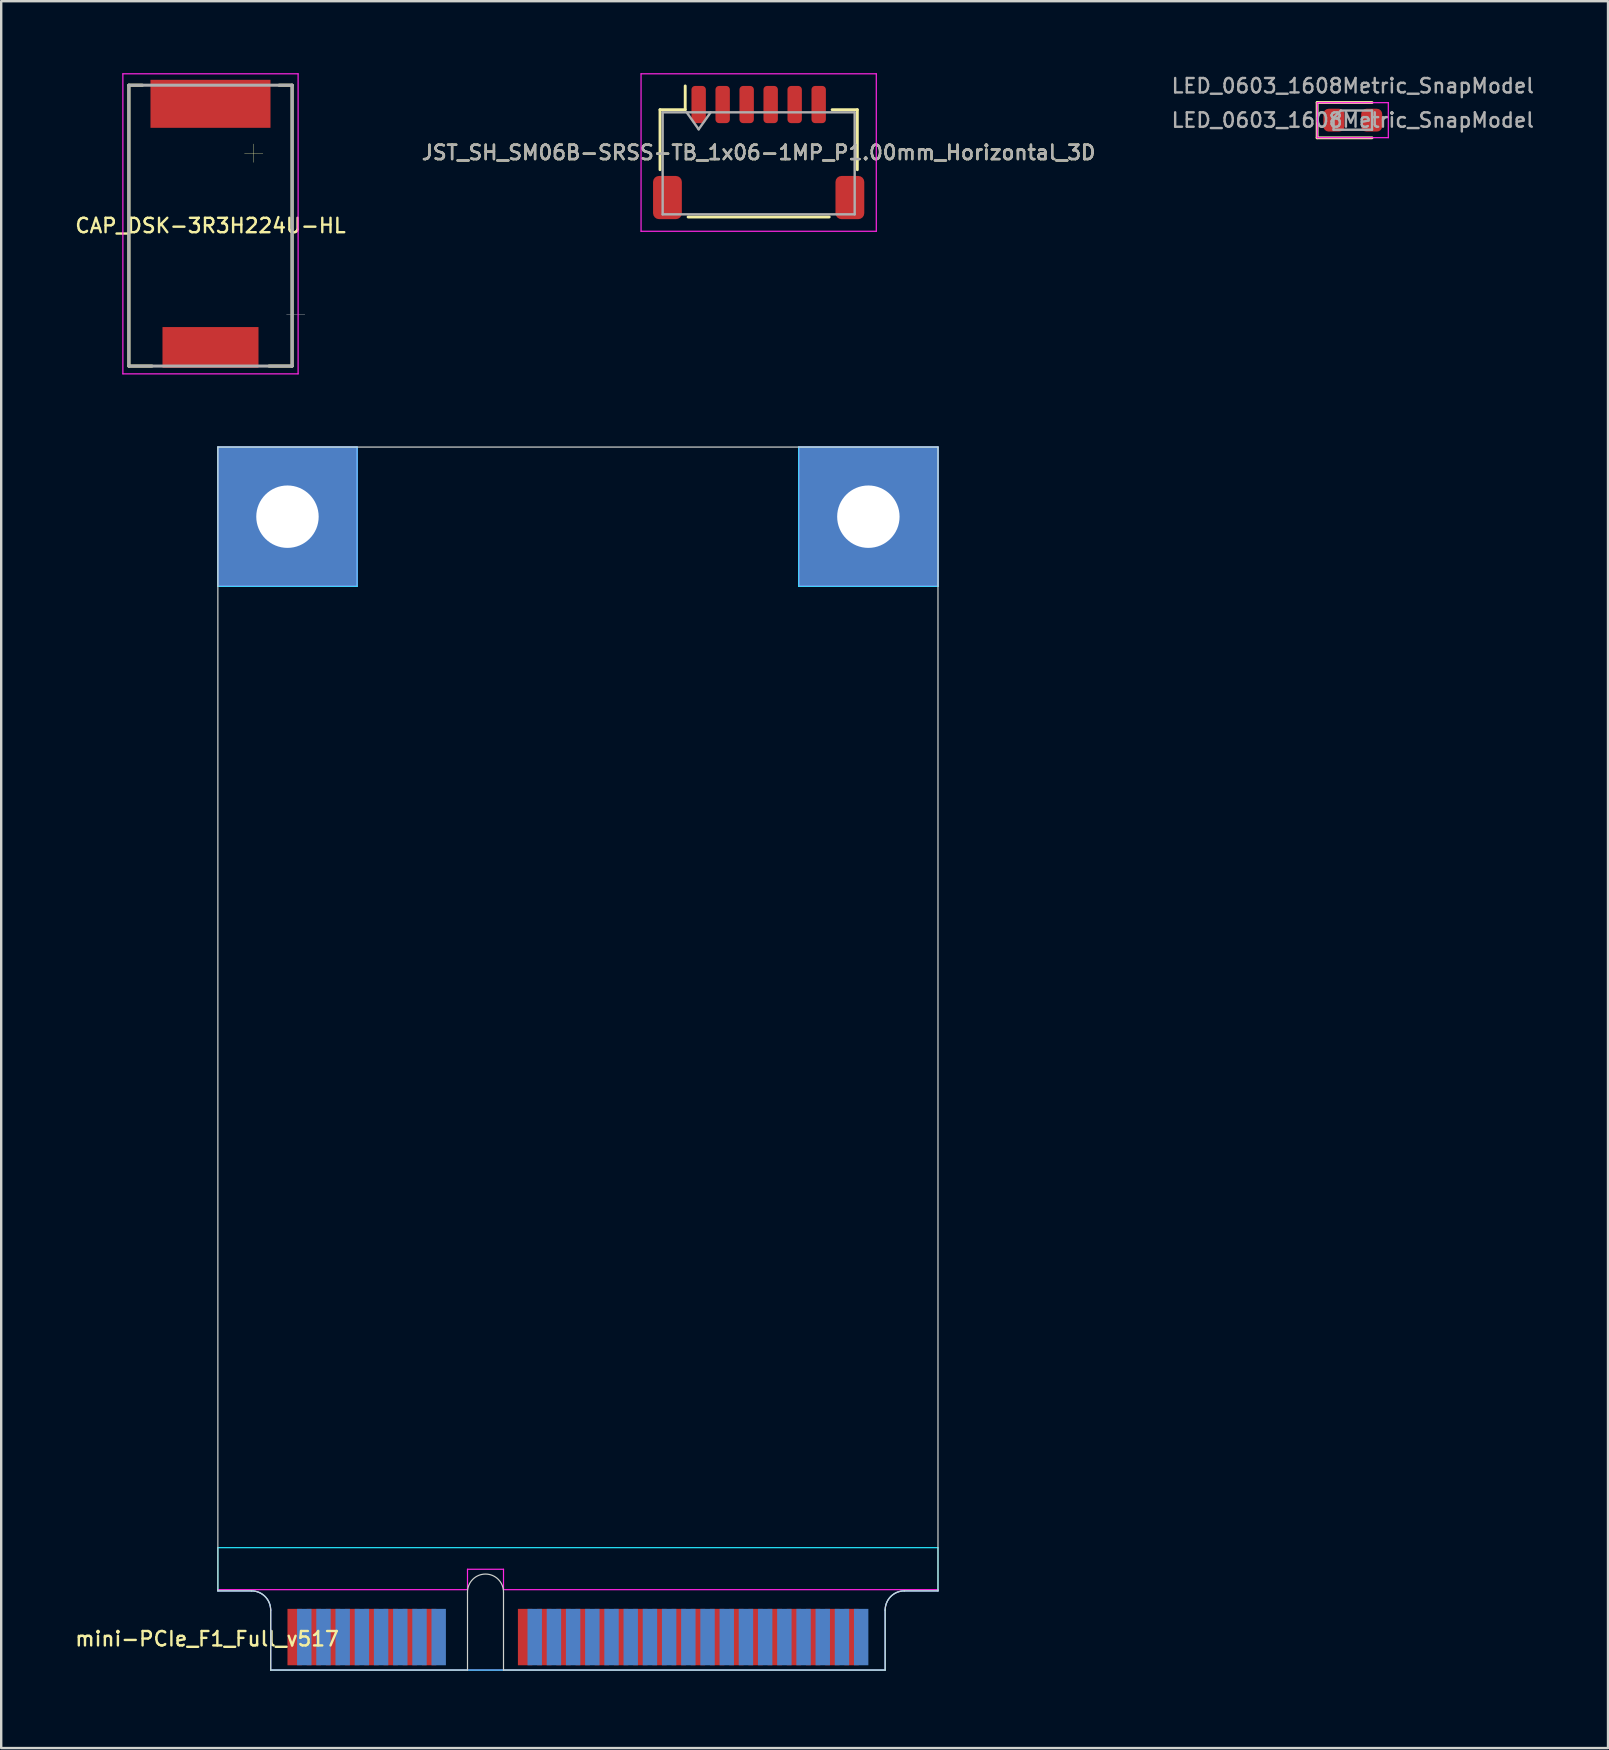
<source format=kicad_pcb>
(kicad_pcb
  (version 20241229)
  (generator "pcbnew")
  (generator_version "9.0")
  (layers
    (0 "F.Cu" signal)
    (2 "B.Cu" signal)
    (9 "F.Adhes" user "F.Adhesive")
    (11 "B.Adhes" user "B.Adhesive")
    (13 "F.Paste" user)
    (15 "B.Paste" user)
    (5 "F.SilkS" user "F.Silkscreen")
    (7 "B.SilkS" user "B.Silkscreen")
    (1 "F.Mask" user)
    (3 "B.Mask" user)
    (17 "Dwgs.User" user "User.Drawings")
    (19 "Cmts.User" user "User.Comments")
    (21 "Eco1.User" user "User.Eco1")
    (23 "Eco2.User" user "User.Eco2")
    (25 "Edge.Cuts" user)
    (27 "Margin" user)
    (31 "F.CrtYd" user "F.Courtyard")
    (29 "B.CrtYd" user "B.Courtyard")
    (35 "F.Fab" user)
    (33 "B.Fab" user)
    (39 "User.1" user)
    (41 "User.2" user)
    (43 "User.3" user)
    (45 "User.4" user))
  (footprint "mini-PCIe_F1_Full_v517"
    (layer "F.Cu")
    (at 17.176 66.525)
    (property "Reference" "mini-PCIe_F1_Full_v517" (at -11.6 -1.3 0) (layer "F.SilkS") (effects (font (size 0.6 0.6) (thickness 0.1))))
    (attr through_hole)
    (fp_line (start -11.15 -50.95) (end 18.85 -50.95) (stroke (width 0.05) (type solid)) (layer "Edge.Cuts"))
    (fp_line (start -11.15 -3.3) (end -11.15 -50.95) (stroke (width 0.05) (type solid)) (layer "Edge.Cuts"))
    (fp_line (start -11.15 -3.3) (end -9.75 -3.3) (stroke (width 0.05) (type solid)) (layer "Edge.Cuts"))
    (fp_line (start -8.95 0) (end -8.95 -2.5) (stroke (width 0.05) (type solid)) (layer "Edge.Cuts"))
    (fp_line (start -0.75 0) (end -8.95 0) (stroke (width 0.05) (type solid)) (layer "Edge.Cuts"))
    (fp_line (start -0.75 0) (end -0.75 -3.25) (stroke (width 0.05) (type solid)) (layer "Edge.Cuts"))
    (fp_line (start 0.75 0) (end 0.75 -3.25) (stroke (width 0.05) (type solid)) (layer "Edge.Cuts"))
    (fp_line (start 0.75 0) (end 16.65 0) (stroke (width 0.05) (type solid)) (layer "Edge.Cuts"))
    (fp_line (start 16.65 0) (end 16.65 -2.5) (stroke (width 0.05) (type solid)) (layer "Edge.Cuts"))
    (fp_line (start 17.45 -3.3) (end 18.85 -3.3) (stroke (width 0.05) (type solid)) (layer "Edge.Cuts"))
    (fp_line (start 18.85 -3.3) (end 18.85 -50.95) (stroke (width 0.05) (type solid)) (layer "Edge.Cuts"))
    (fp_arc (start -9.75 -3.3) (mid -9.184315 -3.065685) (end -8.95 -2.5) (stroke (width 0.05) (type solid)) (layer "Edge.Cuts"))
    (fp_arc (start -0.75 -3.25) (mid 0 -4) (end 0.75 -3.25) (stroke (width 0.05) (type solid)) (layer "Edge.Cuts"))
    (fp_arc (start 16.65 -2.5) (mid 16.884315 -3.065685) (end 17.45 -3.3) (stroke (width 0.05) (type solid)) (layer "Edge.Cuts"))
    (fp_line (start -11.15 -50.95) (end -5.35 -50.95) (stroke (width 0.05) (type solid)) (layer "B.CrtYd"))
    (fp_line (start -11.15 -45.15) (end -11.15 -50.95) (stroke (width 0.05) (type solid)) (layer "B.CrtYd"))
    (fp_line (start -11.15 -45.15) (end -5.35 -45.15) (stroke (width 0.05) (type solid)) (layer "B.CrtYd"))
    (fp_line (start -11.15 -5.1) (end -11.15 -3.3) (stroke (width 0.05) (type solid)) (layer "B.CrtYd"))
    (fp_line (start -11.15 -5.1) (end 18.85 -5.1) (stroke (width 0.05) (type solid)) (layer "B.CrtYd"))
    (fp_line (start -11.15 -3.3) (end -9.75 -3.3) (stroke (width 0.05) (type solid)) (layer "B.CrtYd"))
    (fp_line (start -8.95 0) (end -8.95 -2.5) (stroke (width 0.05) (type solid)) (layer "B.CrtYd"))
    (fp_line (start -5.35 -45.15) (end -5.35 -50.95) (stroke (width 0.05) (type solid)) (layer "B.CrtYd"))
    (fp_line (start 13.05 -50.95) (end 18.85 -50.95) (stroke (width 0.05) (type solid)) (layer "B.CrtYd"))
    (fp_line (start 13.05 -45.15) (end 13.05 -50.95) (stroke (width 0.05) (type solid)) (layer "B.CrtYd"))
    (fp_line (start 13.05 -45.15) (end 18.85 -45.15) (stroke (width 0.05) (type solid)) (layer "B.CrtYd"))
    (fp_line (start 16.65 0) (end -8.95 0) (stroke (width 0.05) (type solid)) (layer "B.CrtYd"))
    (fp_line (start 16.65 0) (end 16.65 -2.5) (stroke (width 0.05) (type solid)) (layer "B.CrtYd"))
    (fp_line (start 17.45 -3.3) (end 18.85 -3.3) (stroke (width 0.05) (type solid)) (layer "B.CrtYd"))
    (fp_line (start 18.85 -45.15) (end 18.85 -50.95) (stroke (width 0.05) (type solid)) (layer "B.CrtYd"))
    (fp_line (start 18.85 -5.1) (end 18.85 -3.3) (stroke (width 0.05) (type solid)) (layer "B.CrtYd"))
    (fp_arc (start -9.75 -3.3) (mid -9.184315 -3.065685) (end -8.95 -2.5) (stroke (width 0.05) (type solid)) (layer "B.CrtYd"))
    (fp_arc (start 16.65 -2.5) (mid 16.884315 -3.065685) (end 17.45 -3.3) (stroke (width 0.05) (type solid)) (layer "B.CrtYd"))
    (fp_line (start -11.15 -50.95) (end -5.35 -50.95) (stroke (width 0.05) (type solid)) (layer "F.CrtYd"))
    (fp_line (start -11.15 -45.15) (end -11.15 -50.95) (stroke (width 0.05) (type solid)) (layer "F.CrtYd"))
    (fp_line (start -11.15 -45.15) (end -5.35 -45.15) (stroke (width 0.05) (type solid)) (layer "F.CrtYd"))
    (fp_line (start -11.15 -3.35) (end -0.75 -3.35) (stroke (width 0.05) (type solid)) (layer "F.CrtYd"))
    (fp_line (start -11.15 -3.3) (end -11.15 -3.35) (stroke (width 0.05) (type solid)) (layer "F.CrtYd"))
    (fp_line (start -11.15 -3.3) (end -9.75 -3.3) (stroke (width 0.05) (type solid)) (layer "F.CrtYd"))
    (fp_line (start -8.95 0) (end -8.95 -2.5) (stroke (width 0.05) (type solid)) (layer "F.CrtYd"))
    (fp_line (start -5.35 -45.15) (end -5.35 -50.95) (stroke (width 0.05) (type solid)) (layer "F.CrtYd"))
    (fp_line (start -0.75 -4.2) (end 0.75 -4.2) (stroke (width 0.05) (type solid)) (layer "F.CrtYd"))
    (fp_line (start -0.75 -3.35) (end -0.75 -4.2) (stroke (width 0.05) (type solid)) (layer "F.CrtYd"))
    (fp_line (start 0.75 -3.35) (end 0.75 -4.2) (stroke (width 0.05) (type solid)) (layer "F.CrtYd"))
    (fp_line (start 0.75 -3.35) (end 18.85 -3.35) (stroke (width 0.05) (type solid)) (layer "F.CrtYd"))
    (fp_line (start 13.05 -50.95) (end 18.85 -50.95) (stroke (width 0.05) (type solid)) (layer "F.CrtYd"))
    (fp_line (start 13.05 -45.15) (end 13.05 -50.95) (stroke (width 0.05) (type solid)) (layer "F.CrtYd"))
    (fp_line (start 13.05 -45.15) (end 18.85 -45.15) (stroke (width 0.05) (type solid)) (layer "F.CrtYd"))
    (fp_line (start 16.65 0) (end -8.95 0) (stroke (width 0.05) (type solid)) (layer "F.CrtYd"))
    (fp_line (start 16.65 0) (end 16.65 -2.5) (stroke (width 0.05) (type solid)) (layer "F.CrtYd"))
    (fp_line (start 17.45 -3.3) (end 18.85 -3.3) (stroke (width 0.05) (type solid)) (layer "F.CrtYd"))
    (fp_line (start 18.85 -45.15) (end 18.85 -50.95) (stroke (width 0.05) (type solid)) (layer "F.CrtYd"))
    (fp_line (start 18.85 -3.3) (end 18.85 -3.35) (stroke (width 0.05) (type solid)) (layer "F.CrtYd"))
    (fp_arc (start -9.75 -3.3) (mid -9.184315 -3.065685) (end -8.95 -2.5) (stroke (width 0.05) (type solid)) (layer "F.CrtYd"))
    (fp_arc (start 16.65 -2.5) (mid 16.884315 -3.065685) (end 17.45 -3.3) (stroke (width 0.05) (type solid)) (layer "F.CrtYd"))
    (pad "1" smd rect (at -7.95 -1.375) (size 0.6 2.35) (layers "F.Cu" "F.Mask"))
    (pad "2" smd rect (at -7.55 -1.375) (size 0.6 2.35) (layers "B.Cu" "B.Mask"))
    (pad "3" smd rect (at -7.15 -1.375) (size 0.6 2.35) (layers "F.Cu" "F.Mask"))
    (pad "4" smd rect (at -6.75 -1.375) (size 0.6 2.35) (layers "B.Cu" "B.Mask"))
    (pad "5" smd rect (at -6.35 -1.375) (size 0.6 2.35) (layers "F.Cu" "F.Mask"))
    (pad "6" smd rect (at -5.95 -1.375) (size 0.6 2.35) (layers "B.Cu" "B.Mask"))
    (pad "7" smd rect (at -5.55 -1.375) (size 0.6 2.35) (layers "F.Cu" "F.Mask"))
    (pad "8" smd rect (at -5.15 -1.375) (size 0.6 2.35) (layers "B.Cu" "B.Mask"))
    (pad "9" smd rect (at -4.75 -1.375) (size 0.6 2.35) (layers "F.Cu" "F.Mask"))
    (pad "10" smd rect (at -4.35 -1.375) (size 0.6 2.35) (layers "B.Cu" "B.Mask"))
    (pad "11" smd rect (at -3.95 -1.375) (size 0.6 2.35) (layers "F.Cu" "F.Mask"))
    (pad "12" smd rect (at -3.55 -1.375) (size 0.6 2.35) (layers "B.Cu" "B.Mask"))
    (pad "13" smd rect (at -3.15 -1.375) (size 0.6 2.35) (layers "F.Cu" "F.Mask"))
    (pad "14" smd rect (at -2.75 -1.375) (size 0.6 2.35) (layers "B.Cu" "B.Mask"))
    (pad "15" smd rect (at -2.35 -1.375) (size 0.6 2.35) (layers "F.Cu" "F.Mask"))
    (pad "16" smd rect (at -1.95 -1.375) (size 0.6 2.35) (layers "B.Cu" "B.Mask"))
    (pad "17" smd rect (at 1.65 -1.375) (size 0.6 2.35) (layers "F.Cu" "F.Mask"))
    (pad "18" smd rect (at 2.05 -1.375) (size 0.6 2.35) (layers "B.Cu" "B.Mask"))
    (pad "19" smd rect (at 2.45 -1.375) (size 0.6 2.35) (layers "F.Cu" "F.Mask"))
    (pad "20" smd rect (at 2.85 -1.375) (size 0.6 2.35) (layers "B.Cu" "B.Mask"))
    (pad "21" smd rect (at 3.25 -1.375) (size 0.6 2.35) (layers "F.Cu" "F.Mask"))
    (pad "22" smd rect (at 3.65 -1.375) (size 0.6 2.35) (layers "B.Cu" "B.Mask"))
    (pad "23" smd rect (at 4.05 -1.375) (size 0.6 2.35) (layers "F.Cu" "F.Mask"))
    (pad "24" smd rect (at 4.45 -1.375) (size 0.6 2.35) (layers "B.Cu" "B.Mask"))
    (pad "25" smd rect (at 4.85 -1.375) (size 0.6 2.35) (layers "F.Cu" "F.Mask"))
    (pad "26" smd rect (at 5.25 -1.375) (size 0.6 2.35) (layers "B.Cu" "B.Mask"))
    (pad "27" smd rect (at 5.65 -1.375) (size 0.6 2.35) (layers "F.Cu" "F.Mask"))
    (pad "28" smd rect (at 6.05 -1.375) (size 0.6 2.35) (layers "B.Cu" "B.Mask"))
    (pad "29" smd rect (at 6.45 -1.375) (size 0.6 2.35) (layers "F.Cu" "F.Mask"))
    (pad "30" smd rect (at 6.85 -1.375) (size 0.6 2.35) (layers "B.Cu" "B.Mask"))
    (pad "31" smd rect (at 7.25 -1.375) (size 0.6 2.35) (layers "F.Cu" "F.Mask"))
    (pad "32" smd rect (at 7.65 -1.375) (size 0.6 2.35) (layers "B.Cu" "B.Mask"))
    (pad "33" smd rect (at 8.05 -1.375) (size 0.6 2.35) (layers "F.Cu" "F.Mask"))
    (pad "34" smd rect (at 8.45 -1.375) (size 0.6 2.35) (layers "B.Cu" "B.Mask"))
    (pad "35" smd rect (at 8.85 -1.375) (size 0.6 2.35) (layers "F.Cu" "F.Mask"))
    (pad "36" smd rect (at 9.25 -1.375) (size 0.6 2.35) (layers "B.Cu" "B.Mask"))
    (pad "37" smd rect (at 9.65 -1.375) (size 0.6 2.35) (layers "F.Cu" "F.Mask"))
    (pad "38" smd rect (at 10.05 -1.375) (size 0.6 2.35) (layers "B.Cu" "B.Mask"))
    (pad "39" smd rect (at 10.45 -1.375) (size 0.6 2.35) (layers "F.Cu" "F.Mask"))
    (pad "40" smd rect (at 10.85 -1.375) (size 0.6 2.35) (layers "B.Cu" "B.Mask"))
    (pad "41" smd rect (at 11.25 -1.375) (size 0.6 2.35) (layers "F.Cu" "F.Mask"))
    (pad "42" smd rect (at 11.65 -1.375) (size 0.6 2.35) (layers "B.Cu" "B.Mask"))
    (pad "43" smd rect (at 12.05 -1.375) (size 0.6 2.35) (layers "F.Cu" "F.Mask"))
    (pad "44" smd rect (at 12.45 -1.375) (size 0.6 2.35) (layers "B.Cu" "B.Mask"))
    (pad "45" smd rect (at 12.85 -1.375) (size 0.6 2.35) (layers "F.Cu" "F.Mask"))
    (pad "46" smd rect (at 13.25 -1.375) (size 0.6 2.35) (layers "B.Cu" "B.Mask"))
    (pad "47" smd rect (at 13.65 -1.375) (size 0.6 2.35) (layers "F.Cu" "F.Mask"))
    (pad "48" smd rect (at 14.05 -1.375) (size 0.6 2.35) (layers "B.Cu" "B.Mask"))
    (pad "49" smd rect (at 14.45 -1.375) (size 0.6 2.35) (layers "F.Cu" "F.Mask"))
    (pad "50" smd rect (at 14.85 -1.375) (size 0.6 2.35) (layers "B.Cu" "B.Mask"))
    (pad "51" smd rect (at 15.25 -1.375) (size 0.6 2.35) (layers "F.Cu" "F.Mask"))
    (pad "52" smd rect (at 15.65 -1.375) (size 0.6 2.35) (layers "B.Cu" "B.Mask"))
    (pad "54" thru_hole custom (at -8.25 -48.05) (size 2.6 2.6) (drill 2.6) (layers "*.Cu" "*.Mask") (options (anchor circle)) (primitives (gr_poly (pts (xy 2.9 2.9) (xy -2.9 2.9) (xy -2.9 -2.9) (xy 2.9 -2.9)) (width 0.05) (fill yes)) (gr_poly (pts (xy 2.9 2.9) (xy -2.9 2.9) (xy -2.9 -2.9) (xy 2.9 -2.9)) (width 0.05) (fill yes)) (gr_poly (pts (xy 2.9 2.9) (xy -2.9 2.9) (xy -2.9 -2.9) (xy 2.9 -2.9)) (width 0.05) (fill yes)) (gr_poly (pts (xy 2.9 2.9) (xy -2.9 2.9) (xy -2.9 -2.9) (xy 2.9 -2.9)) (width 0.05) (fill yes))))
    (pad "55" thru_hole custom (at 15.95 -48.05) (size 2.6 2.6) (drill 2.6) (layers "*.Cu" "*.Mask") (options (anchor circle)) (primitives (gr_poly (pts (xy 2.9 2.9) (xy -2.9 2.9) (xy -2.9 -2.9) (xy 2.9 -2.9)) (width 0.05) (fill yes)) (gr_poly (pts (xy 2.9 2.9) (xy -2.9 2.9) (xy -2.9 -2.9) (xy 2.9 -2.9)) (width 0.05) (fill yes)) (gr_poly (pts (xy 2.9 2.9) (xy -2.9 2.9) (xy -2.9 -2.9) (xy 2.9 -2.9)) (width 0.05) (fill yes)) (gr_poly (pts (xy 2.9 2.9) (xy -2.9 2.9) (xy -2.9 -2.9) (xy 2.9 -2.9)) (width 0.05) (fill yes)))))
  (footprint "LED_0603_1608Metric_SnapModel"
    (layer "F.Cu")
    (at 53.307 1.956)
    (property "Reference" "LED_0603_1608Metric_SnapModel" (at 0 -1.43 0) (layer "F.Fab") (effects (font (size 0.6 0.6) (thickness 0.1))))
    (attr smd)
    (fp_line (start -1.485 -0.735) (end -1.485 0.735) (stroke (width 0.12) (type solid)) (layer "F.SilkS"))
    (fp_line (start -1.485 0.735) (end 0.8 0.735) (stroke (width 0.12) (type solid)) (layer "F.SilkS"))
    (fp_line (start 0.8 -0.735) (end -1.485 -0.735) (stroke (width 0.12) (type solid)) (layer "F.SilkS"))
    (fp_line (start -1.48 -0.73) (end 1.48 -0.73) (stroke (width 0.05) (type solid)) (layer "F.CrtYd"))
    (fp_line (start -1.48 0.73) (end -1.48 -0.73) (stroke (width 0.05) (type solid)) (layer "F.CrtYd"))
    (fp_line (start 1.48 -0.73) (end 1.48 0.73) (stroke (width 0.05) (type solid)) (layer "F.CrtYd"))
    (fp_line (start 1.48 0.73) (end -1.48 0.73) (stroke (width 0.05) (type solid)) (layer "F.CrtYd"))
    (fp_line (start -0.8 -0.1) (end -0.8 0.4) (stroke (width 0.1) (type solid)) (layer "F.Fab"))
    (fp_line (start -0.8 0.4) (end 0.8 0.4) (stroke (width 0.1) (type solid)) (layer "F.Fab"))
    (fp_line (start -0.5 -0.4) (end -0.8 -0.1) (stroke (width 0.1) (type solid)) (layer "F.Fab"))
    (fp_line (start 0.8 -0.4) (end -0.5 -0.4) (stroke (width 0.1) (type solid)) (layer "F.Fab"))
    (fp_line (start 0.8 0.4) (end 0.8 -0.4) (stroke (width 0.1) (type solid)) (layer "F.Fab"))
    (fp_text user "${REFERENCE}" (at 0 0 0) (layer "F.Fab") (effects (font (size 0.6 0.6) (thickness 0.1))))
    (pad "1" smd roundrect (at -0.787 0) (size 0.875 0.95) (layers "F.Cu" "F.Mask" "F.Paste") (roundrect_rratio 0.25))
    (pad "2" smd roundrect (at 0.787 0) (size 0.875 0.95) (layers "F.Cu" "F.Mask" "F.Paste") (roundrect_rratio 0.25)))
  (footprint "CAP_DSK-3R3H224U-HL"
    (layer "F.Cu")
    (at 5.719 6.35)
    (property "Reference" "CAP_DSK-3R3H224U-HL" (at 0 0 0) (layer "F.SilkS") (effects (font (size 0.6 0.6) (thickness 0.1))))
    (attr through_hole)
    (fp_line (start -3.4 -5.85) (end -3.4 5.85) (stroke (width 0.127) (type solid)) (layer "F.SilkS"))
    (fp_line (start -3.4 5.85) (end -2.438 5.85) (stroke (width 0.127) (type solid)) (layer "F.SilkS"))
    (fp_line (start -2.837 -5.85) (end -3.4 -5.85) (stroke (width 0.127) (type solid)) (layer "F.SilkS"))
    (fp_line (start 2.438 5.85) (end 3.4 5.85) (stroke (width 0.127) (type solid)) (layer "F.SilkS"))
    (fp_line (start 3.4 -5.85) (end 2.857 -5.85) (stroke (width 0.127) (type solid)) (layer "F.SilkS"))
    (fp_line (start 3.4 5.85) (end 3.4 -5.85) (stroke (width 0.127) (type solid)) (layer "F.SilkS"))
    (fp_line (start -3.65 -6.325) (end -3.65 6.175) (stroke (width 0.05) (type solid)) (layer "F.CrtYd"))
    (fp_line (start -3.65 6.175) (end 3.65 6.175) (stroke (width 0.05) (type solid)) (layer "F.CrtYd"))
    (fp_line (start 3.65 -6.325) (end -3.65 -6.325) (stroke (width 0.05) (type solid)) (layer "F.CrtYd"))
    (fp_line (start 3.65 6.175) (end 3.65 -6.325) (stroke (width 0.05) (type solid)) (layer "F.CrtYd"))
    (fp_line (start -3.4 -5.85) (end 3.4 -5.85) (stroke (width 0.127) (type solid)) (layer "F.Fab"))
    (fp_line (start -3.4 5.85) (end -3.4 -5.85) (stroke (width 0.127) (type solid)) (layer "F.Fab"))
    (fp_line (start 3.4 -5.85) (end 3.4 5.85) (stroke (width 0.127) (type solid)) (layer "F.Fab"))
    (fp_line (start 3.4 5.85) (end -3.4 5.85) (stroke (width 0.127) (type solid)) (layer "F.Fab"))
    (fp_text user "+" (at 1.8 -3.1 0) (layer "F.SilkS") (effects (font (size 1.004 1.004) (thickness 0.015))))
    (fp_text user "-" (at 3.549 3.633 0) (layer "F.Fab") (effects (font (size 1.003 1.003) (thickness 0.015))))
    (pad "1" smd rect (at 0 -5.075) (size 5 2) (layers "F.Cu" "F.Mask" "F.Paste"))
    (pad "2" smd rect (at 0 5.075) (size 4 1.7) (layers "F.Cu" "F.Mask" "F.Paste")))
  (footprint "JST_SH_SM06B-SRSS-TB_1x06-1MP_P1.00mm_Horizontal_3D"
    (layer "F.Cu")
    (at 28.556 3.305)
    (property "Reference" "JST_SH_SM06B-SRSS-TB_1x06-1MP_P1.00mm_Horizontal_3D" (at 0 0 180) (layer "F.SilkS") (effects (font (size 0.6 0.6) (thickness 0.1))))
    (attr smd)
    (fp_line (start -4.11 -1.785) (end -3.06 -1.785) (stroke (width 0.12) (type solid)) (layer "F.SilkS"))
    (fp_line (start -4.11 0.715) (end -4.11 -1.785) (stroke (width 0.12) (type solid)) (layer "F.SilkS"))
    (fp_line (start -3.06 -1.785) (end -3.06 -2.775) (stroke (width 0.12) (type solid)) (layer "F.SilkS"))
    (fp_line (start -2.94 2.685) (end 2.94 2.685) (stroke (width 0.12) (type solid)) (layer "F.SilkS"))
    (fp_line (start 4.11 -1.785) (end 3.06 -1.785) (stroke (width 0.12) (type solid)) (layer "F.SilkS"))
    (fp_line (start 4.11 0.715) (end 4.11 -1.785) (stroke (width 0.12) (type solid)) (layer "F.SilkS"))
    (fp_line (start -4.9 -3.28) (end -4.9 3.28) (stroke (width 0.05) (type solid)) (layer "F.CrtYd"))
    (fp_line (start -4.9 3.28) (end 4.9 3.28) (stroke (width 0.05) (type solid)) (layer "F.CrtYd"))
    (fp_line (start 4.9 -3.28) (end -4.9 -3.28) (stroke (width 0.05) (type solid)) (layer "F.CrtYd"))
    (fp_line (start 4.9 3.28) (end 4.9 -3.28) (stroke (width 0.05) (type solid)) (layer "F.CrtYd"))
    (fp_line (start -4 -1.675) (end -4 2.575) (stroke (width 0.1) (type solid)) (layer "F.Fab"))
    (fp_line (start -4 -1.675) (end 4 -1.675) (stroke (width 0.1) (type solid)) (layer "F.Fab"))
    (fp_line (start -4 2.575) (end 4 2.575) (stroke (width 0.1) (type solid)) (layer "F.Fab"))
    (fp_line (start -3 -1.675) (end -2.5 -0.968) (stroke (width 0.1) (type solid)) (layer "F.Fab"))
    (fp_line (start -2.5 -0.968) (end -2 -1.675) (stroke (width 0.1) (type solid)) (layer "F.Fab"))
    (fp_line (start 4 -1.675) (end 4 2.575) (stroke (width 0.1) (type solid)) (layer "F.Fab"))
    (fp_text user "${REFERENCE}" (at 0 0 180) (layer "F.Fab") (effects (font (size 0.6 0.6) (thickness 0.1))))
    (pad "1" smd roundrect (at -2.5 -2) (size 0.6 1.55) (layers "F.Cu" "F.Mask" "F.Paste") (roundrect_rratio 0.25))
    (pad "2" smd roundrect (at -1.5 -2) (size 0.6 1.55) (layers "F.Cu" "F.Mask" "F.Paste") (roundrect_rratio 0.25))
    (pad "3" smd roundrect (at -0.5 -2) (size 0.6 1.55) (layers "F.Cu" "F.Mask" "F.Paste") (roundrect_rratio 0.25))
    (pad "4" smd roundrect (at 0.5 -2) (size 0.6 1.55) (layers "F.Cu" "F.Mask" "F.Paste") (roundrect_rratio 0.25))
    (pad "5" smd roundrect (at 1.5 -2) (size 0.6 1.55) (layers "F.Cu" "F.Mask" "F.Paste") (roundrect_rratio 0.25))
    (pad "6" smd roundrect (at 2.5 -2) (size 0.6 1.55) (layers "F.Cu" "F.Mask" "F.Paste") (roundrect_rratio 0.25))
    (pad "MP" smd roundrect (at -3.8 1.875) (size 1.2 1.8) (layers "F.Cu" "F.Mask" "F.Paste") (roundrect_rratio 0.208))
    (pad "MP" smd roundrect (at 3.8 1.875) (size 1.2 1.8) (layers "F.Cu" "F.Mask" "F.Paste") (roundrect_rratio 0.208)))
  (gr_rect
    (start -3 -3)
    (end 63.94 69.775)
    (stroke (width 0.1) (type default))
    (fill no)
    (layer "Edge.Cuts")))
</source>
